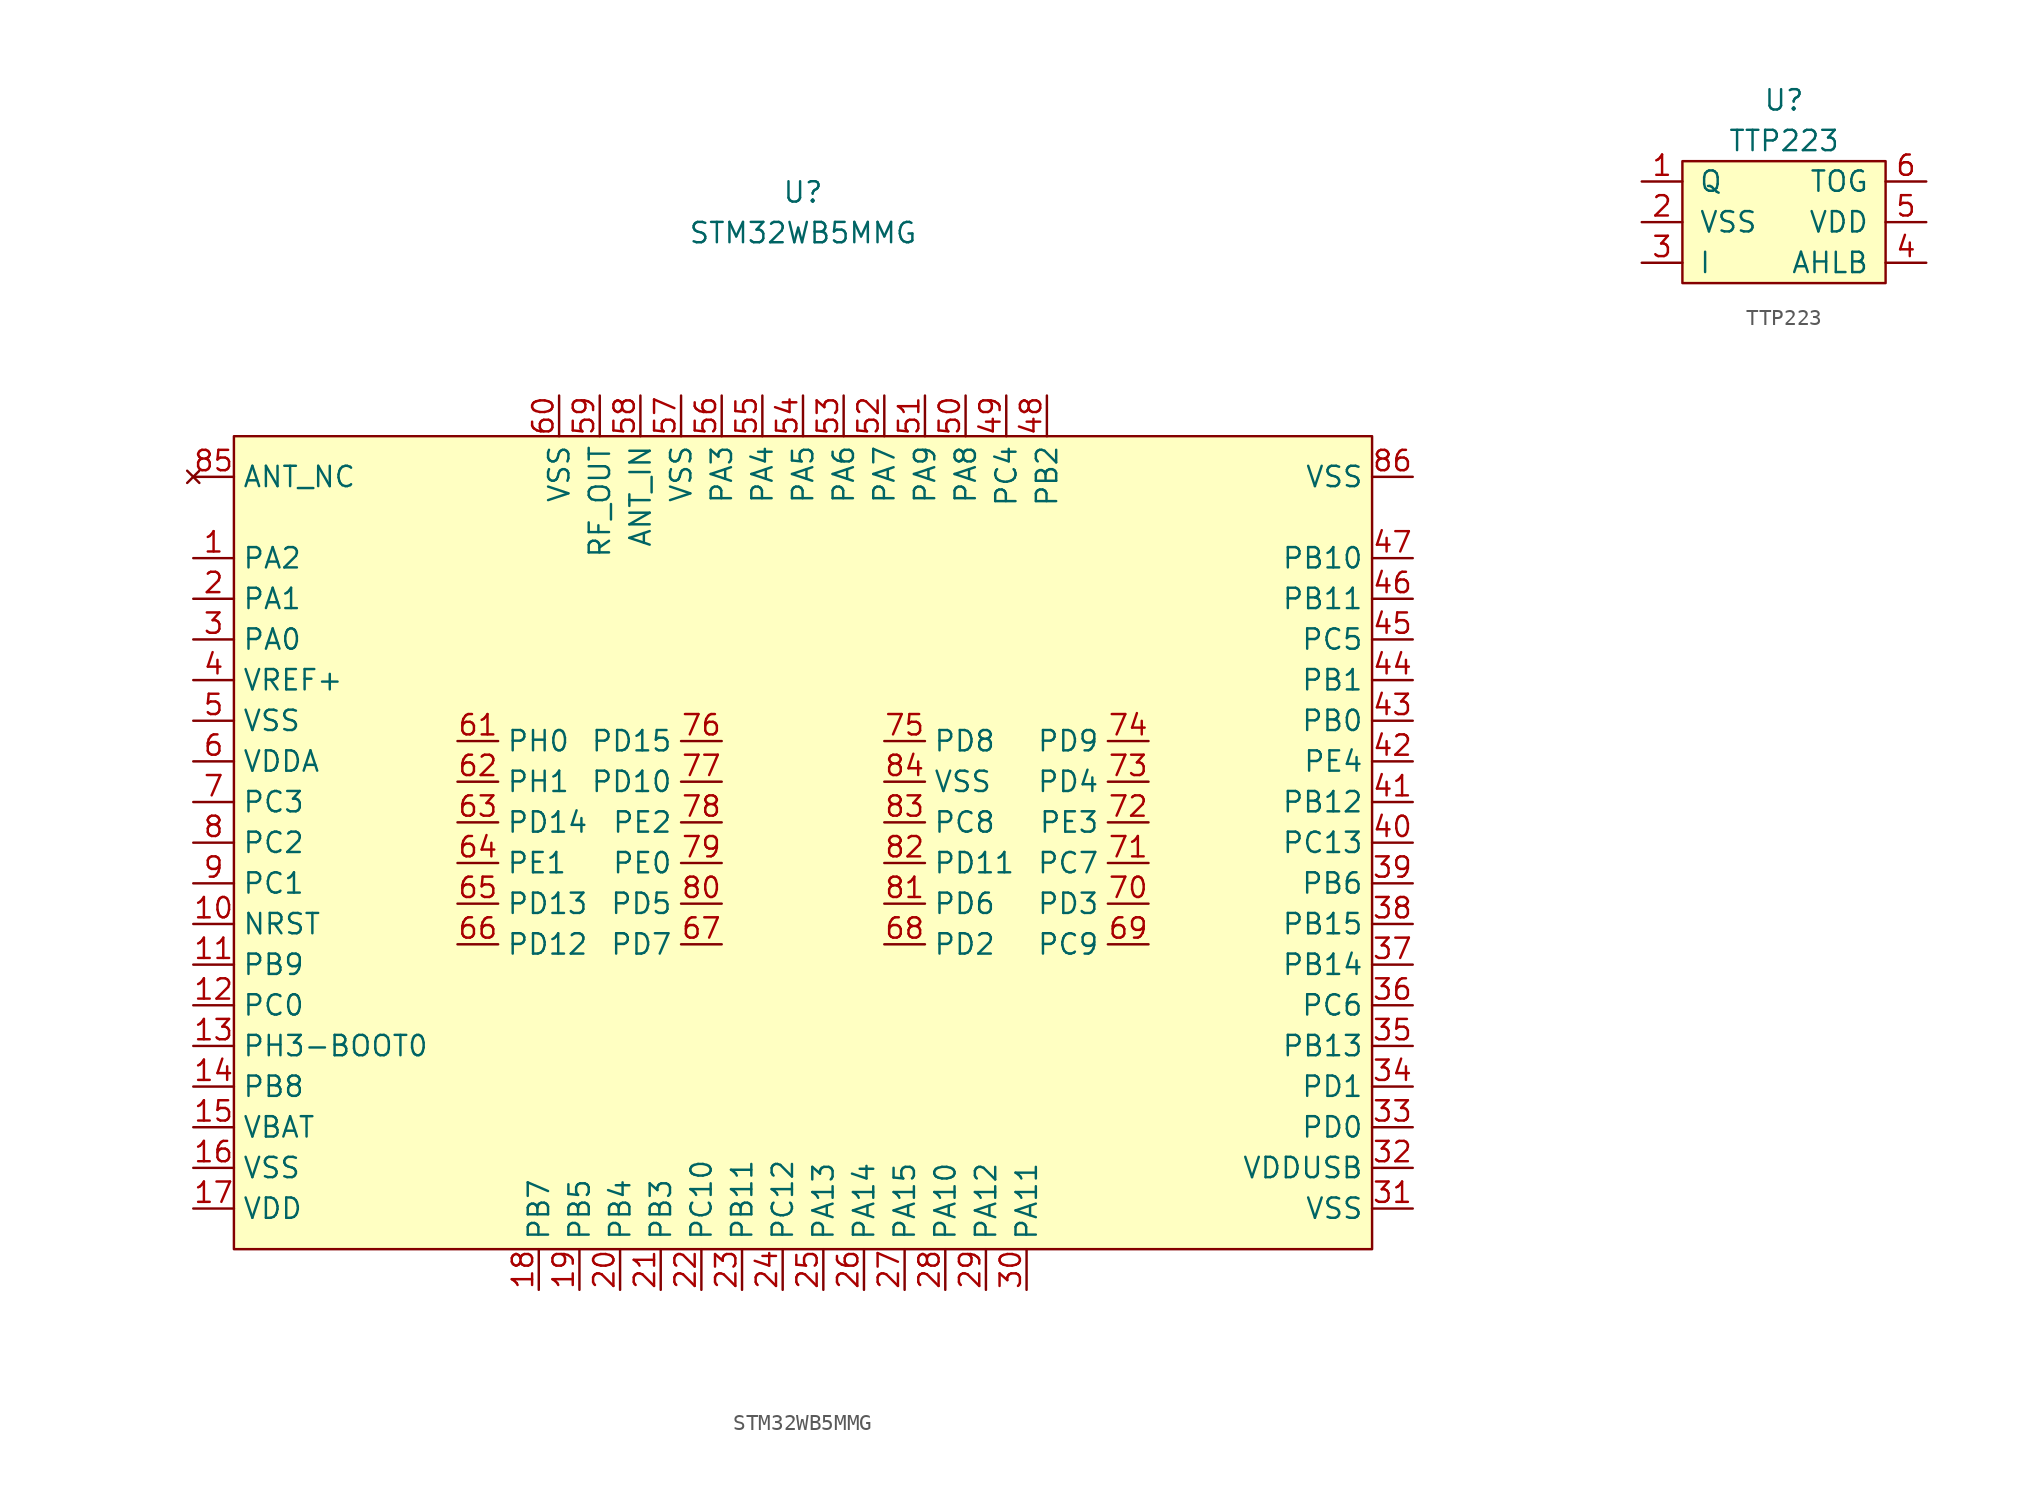
<source format=kicad_sym>
(kicad_symbol_lib
  (version 20211014)
  (generator kicad_symbol_editor)
  (symbol "STM32WB5MMG"
    (property "Reference" "U"
      (at 0 40.64 0)
      (effects (font (size 1.27 1.27))))
    (property "Value" "STM32WB5MMG"
      (at 0 38.1 0)
      (effects (font (size 1.27 1.27))))
    (symbol "STM32WB5MMG_0_0"
      (pin passive line (at -38.1 17.78 0) (length 2.54) (name "PA2" (effects (font (size 1.27 1.27)))) (number "1" (effects (font (size 1.27 1.27)))))
      (pin passive line (at -38.1 -5.08 0) (length 2.54) (name "NRST" (effects (font (size 1.27 1.27)))) (number "10" (effects (font (size 1.27 1.27)))))
      (pin passive line (at -38.1 -7.62 0) (length 2.54) (name "PB9" (effects (font (size 1.27 1.27)))) (number "11" (effects (font (size 1.27 1.27)))))
      (pin passive line (at -38.1 -10.16 0) (length 2.54) (name "PC0" (effects (font (size 1.27 1.27)))) (number "12" (effects (font (size 1.27 1.27)))))
      (pin passive line (at -38.1 -12.7 0) (length 2.54) (name "PH3-BOOT0" (effects (font (size 1.27 1.27)))) (number "13" (effects (font (size 1.27 1.27)))))
      (pin passive line (at -38.1 -15.24 0) (length 2.54) (name "PB8" (effects (font (size 1.27 1.27)))) (number "14" (effects (font (size 1.27 1.27)))))
      (pin power_in line (at -38.1 -17.78 0) (length 2.54) (name "VBAT" (effects (font (size 1.27 1.27)))) (number "15" (effects (font (size 1.27 1.27)))))
      (pin power_in line (at -38.1 -20.32 0) (length 2.54) (name "VSS" (effects (font (size 1.27 1.27)))) (number "16" (effects (font (size 1.27 1.27)))))
      (pin power_in line (at -38.1 -22.86 0) (length 2.54) (name "VDD" (effects (font (size 1.27 1.27)))) (number "17" (effects (font (size 1.27 1.27)))))
      (pin passive line (at -16.51 -27.94 90) (length 2.54) (name "PB7" (effects (font (size 1.27 1.27)))) (number "18" (effects (font (size 1.27 1.27)))))
      (pin passive line (at -13.97 -27.94 90) (length 2.54) (name "PB5" (effects (font (size 1.27 1.27)))) (number "19" (effects (font (size 1.27 1.27)))))
      (pin passive line (at -38.1 15.24 0) (length 2.54) (name "PA1" (effects (font (size 1.27 1.27)))) (number "2" (effects (font (size 1.27 1.27)))))
      (pin passive line (at -11.43 -27.94 90) (length 2.54) (name "PB4" (effects (font (size 1.27 1.27)))) (number "20" (effects (font (size 1.27 1.27)))))
      (pin passive line (at -8.89 -27.94 90) (length 2.54) (name "PB3" (effects (font (size 1.27 1.27)))) (number "21" (effects (font (size 1.27 1.27)))))
      (pin passive line (at -6.35 -27.94 90) (length 2.54) (name "PC10" (effects (font (size 1.27 1.27)))) (number "22" (effects (font (size 1.27 1.27)))))
      (pin passive line (at -3.81 -27.94 90) (length 2.54) (name "PB11" (effects (font (size 1.27 1.27)))) (number "23" (effects (font (size 1.27 1.27)))))
      (pin passive line (at -1.27 -27.94 90) (length 2.54) (name "PC12" (effects (font (size 1.27 1.27)))) (number "24" (effects (font (size 1.27 1.27)))))
      (pin passive line (at 1.27 -27.94 90) (length 2.54) (name "PA13" (effects (font (size 1.27 1.27)))) (number "25" (effects (font (size 1.27 1.27)))))
      (pin passive line (at 3.81 -27.94 90) (length 2.54) (name "PA14" (effects (font (size 1.27 1.27)))) (number "26" (effects (font (size 1.27 1.27)))))
      (pin passive line (at 6.35 -27.94 90) (length 2.54) (name "PA15" (effects (font (size 1.27 1.27)))) (number "27" (effects (font (size 1.27 1.27)))))
      (pin passive line (at 8.89 -27.94 90) (length 2.54) (name "PA10" (effects (font (size 1.27 1.27)))) (number "28" (effects (font (size 1.27 1.27)))))
      (pin passive line (at 11.43 -27.94 90) (length 2.54) (name "PA12" (effects (font (size 1.27 1.27)))) (number "29" (effects (font (size 1.27 1.27)))))
      (pin passive line (at -38.1 12.7 0) (length 2.54) (name "PA0" (effects (font (size 1.27 1.27)))) (number "3" (effects (font (size 1.27 1.27)))))
      (pin passive line (at 13.97 -27.94 90) (length 2.54) (name "PA11" (effects (font (size 1.27 1.27)))) (number "30" (effects (font (size 1.27 1.27)))))
      (pin power_in line (at 38.1 -22.86 180) (length 2.54) (name "VSS" (effects (font (size 1.27 1.27)))) (number "31" (effects (font (size 1.27 1.27)))))
      (pin power_in line (at 38.1 -20.32 180) (length 2.54) (name "VDDUSB" (effects (font (size 1.27 1.27)))) (number "32" (effects (font (size 1.27 1.27)))))
      (pin passive line (at 38.1 -17.78 180) (length 2.54) (name "PD0" (effects (font (size 1.27 1.27)))) (number "33" (effects (font (size 1.27 1.27)))))
      (pin passive line (at 38.1 -15.24 180) (length 2.54) (name "PD1" (effects (font (size 1.27 1.27)))) (number "34" (effects (font (size 1.27 1.27)))))
      (pin passive line (at 38.1 -12.7 180) (length 2.54) (name "PB13" (effects (font (size 1.27 1.27)))) (number "35" (effects (font (size 1.27 1.27)))))
      (pin passive line (at 38.1 -10.16 180) (length 2.54) (name "PC6" (effects (font (size 1.27 1.27)))) (number "36" (effects (font (size 1.27 1.27)))))
      (pin passive line (at 38.1 -7.62 180) (length 2.54) (name "PB14" (effects (font (size 1.27 1.27)))) (number "37" (effects (font (size 1.27 1.27)))))
      (pin passive line (at 38.1 -5.08 180) (length 2.54) (name "PB15" (effects (font (size 1.27 1.27)))) (number "38" (effects (font (size 1.27 1.27)))))
      (pin passive line (at 38.1 -2.54 180) (length 2.54) (name "PB6" (effects (font (size 1.27 1.27)))) (number "39" (effects (font (size 1.27 1.27)))))
      (pin power_in line (at -38.1 10.16 0) (length 2.54) (name "VREF+" (effects (font (size 1.27 1.27)))) (number "4" (effects (font (size 1.27 1.27)))))
      (pin passive line (at 38.1 0 180) (length 2.54) (name "PC13" (effects (font (size 1.27 1.27)))) (number "40" (effects (font (size 1.27 1.27)))))
      (pin passive line (at 38.1 2.54 180) (length 2.54) (name "PB12" (effects (font (size 1.27 1.27)))) (number "41" (effects (font (size 1.27 1.27)))))
      (pin passive line (at 38.1 5.08 180) (length 2.54) (name "PE4" (effects (font (size 1.27 1.27)))) (number "42" (effects (font (size 1.27 1.27)))))
      (pin passive line (at 38.1 7.62 180) (length 2.54) (name "PB0" (effects (font (size 1.27 1.27)))) (number "43" (effects (font (size 1.27 1.27)))))
      (pin passive line (at 38.1 10.16 180) (length 2.54) (name "PB1" (effects (font (size 1.27 1.27)))) (number "44" (effects (font (size 1.27 1.27)))))
      (pin passive line (at 38.1 12.7 180) (length 2.54) (name "PC5" (effects (font (size 1.27 1.27)))) (number "45" (effects (font (size 1.27 1.27)))))
      (pin passive line (at 38.1 15.24 180) (length 2.54) (name "PB11" (effects (font (size 1.27 1.27)))) (number "46" (effects (font (size 1.27 1.27)))))
      (pin passive line (at 38.1 17.78 180) (length 2.54) (name "PB10" (effects (font (size 1.27 1.27)))) (number "47" (effects (font (size 1.27 1.27)))))
      (pin passive line (at 15.24 27.94 270) (length 2.54) (name "PB2" (effects (font (size 1.27 1.27)))) (number "48" (effects (font (size 1.27 1.27)))))
      (pin passive line (at 12.7 27.94 270) (length 2.54) (name "PC4" (effects (font (size 1.27 1.27)))) (number "49" (effects (font (size 1.27 1.27)))))
      (pin power_in line (at -38.1 7.62 0) (length 2.54) (name "VSS" (effects (font (size 1.27 1.27)))) (number "5" (effects (font (size 1.27 1.27)))))
      (pin passive line (at 10.16 27.94 270) (length 2.54) (name "PA8" (effects (font (size 1.27 1.27)))) (number "50" (effects (font (size 1.27 1.27)))))
      (pin passive line (at 7.62 27.94 270) (length 2.54) (name "PA9" (effects (font (size 1.27 1.27)))) (number "51" (effects (font (size 1.27 1.27)))))
      (pin passive line (at 5.08 27.94 270) (length 2.54) (name "PA7" (effects (font (size 1.27 1.27)))) (number "52" (effects (font (size 1.27 1.27)))))
      (pin passive line (at 2.54 27.94 270) (length 2.54) (name "PA6" (effects (font (size 1.27 1.27)))) (number "53" (effects (font (size 1.27 1.27)))))
      (pin passive line (at 0 27.94 270) (length 2.54) (name "PA5" (effects (font (size 1.27 1.27)))) (number "54" (effects (font (size 1.27 1.27)))))
      (pin passive line (at -2.54 27.94 270) (length 2.54) (name "PA4" (effects (font (size 1.27 1.27)))) (number "55" (effects (font (size 1.27 1.27)))))
      (pin passive line (at -5.08 27.94 270) (length 2.54) (name "PA3" (effects (font (size 1.27 1.27)))) (number "56" (effects (font (size 1.27 1.27)))))
      (pin power_in line (at -7.62 27.94 270) (length 2.54) (name "VSS" (effects (font (size 1.27 1.27)))) (number "57" (effects (font (size 1.27 1.27)))))
      (pin passive line (at -10.16 27.94 270) (length 2.54) (name "ANT_IN" (effects (font (size 1.27 1.27)))) (number "58" (effects (font (size 1.27 1.27)))))
      (pin passive line (at -12.7 27.94 270) (length 2.54) (name "RF_OUT" (effects (font (size 1.27 1.27)))) (number "59" (effects (font (size 1.27 1.27)))))
      (pin power_in line (at -38.1 5.08 0) (length 2.54) (name "VDDA" (effects (font (size 1.27 1.27)))) (number "6" (effects (font (size 1.27 1.27)))))
      (pin power_in line (at -15.24 27.94 270) (length 2.54) (name "VSS" (effects (font (size 1.27 1.27)))) (number "60" (effects (font (size 1.27 1.27)))))
      (pin passive line (at -21.59 6.35 0) (length 2.54) (name "PH0" (effects (font (size 1.27 1.27)))) (number "61" (effects (font (size 1.27 1.27)))))
      (pin passive line (at -21.59 3.81 0) (length 2.54) (name "PH1" (effects (font (size 1.27 1.27)))) (number "62" (effects (font (size 1.27 1.27)))))
      (pin passive line (at -21.59 1.27 0) (length 2.54) (name "PD14" (effects (font (size 1.27 1.27)))) (number "63" (effects (font (size 1.27 1.27)))))
      (pin passive line (at -21.59 -1.27 0) (length 2.54) (name "PE1" (effects (font (size 1.27 1.27)))) (number "64" (effects (font (size 1.27 1.27)))))
      (pin passive line (at -21.59 -3.81 0) (length 2.54) (name "PD13" (effects (font (size 1.27 1.27)))) (number "65" (effects (font (size 1.27 1.27)))))
      (pin passive line (at -21.59 -6.35 0) (length 2.54) (name "PD12" (effects (font (size 1.27 1.27)))) (number "66" (effects (font (size 1.27 1.27)))))
      (pin passive line (at -5.08 -6.35 180) (length 2.54) (name "PD7" (effects (font (size 1.27 1.27)))) (number "67" (effects (font (size 1.27 1.27)))))
      (pin passive line (at 5.08 -6.35 0) (length 2.54) (name "PD2" (effects (font (size 1.27 1.27)))) (number "68" (effects (font (size 1.27 1.27)))))
      (pin passive line (at 21.59 -6.35 180) (length 2.54) (name "PC9" (effects (font (size 1.27 1.27)))) (number "69" (effects (font (size 1.27 1.27)))))
      (pin passive line (at -38.1 2.54 0) (length 2.54) (name "PC3" (effects (font (size 1.27 1.27)))) (number "7" (effects (font (size 1.27 1.27)))))
      (pin passive line (at 21.59 -3.81 180) (length 2.54) (name "PD3" (effects (font (size 1.27 1.27)))) (number "70" (effects (font (size 1.27 1.27)))))
      (pin passive line (at 21.59 -1.27 180) (length 2.54) (name "PC7" (effects (font (size 1.27 1.27)))) (number "71" (effects (font (size 1.27 1.27)))))
      (pin passive line (at 21.59 1.27 180) (length 2.54) (name "PE3" (effects (font (size 1.27 1.27)))) (number "72" (effects (font (size 1.27 1.27)))))
      (pin passive line (at 21.59 3.81 180) (length 2.54) (name "PD4" (effects (font (size 1.27 1.27)))) (number "73" (effects (font (size 1.27 1.27)))))
      (pin passive line (at 21.59 6.35 180) (length 2.54) (name "PD9" (effects (font (size 1.27 1.27)))) (number "74" (effects (font (size 1.27 1.27)))))
      (pin passive line (at 5.08 6.35 0) (length 2.54) (name "PD8" (effects (font (size 1.27 1.27)))) (number "75" (effects (font (size 1.27 1.27)))))
      (pin passive line (at -5.08 6.35 180) (length 2.54) (name "PD15" (effects (font (size 1.27 1.27)))) (number "76" (effects (font (size 1.27 1.27)))))
      (pin passive line (at -5.08 3.81 180) (length 2.54) (name "PD10" (effects (font (size 1.27 1.27)))) (number "77" (effects (font (size 1.27 1.27)))))
      (pin passive line (at -5.08 1.27 180) (length 2.54) (name "PE2" (effects (font (size 1.27 1.27)))) (number "78" (effects (font (size 1.27 1.27)))))
      (pin passive line (at -5.08 -1.27 180) (length 2.54) (name "PE0" (effects (font (size 1.27 1.27)))) (number "79" (effects (font (size 1.27 1.27)))))
      (pin passive line (at -38.1 0 0) (length 2.54) (name "PC2" (effects (font (size 1.27 1.27)))) (number "8" (effects (font (size 1.27 1.27)))))
      (pin passive line (at -5.08 -3.81 180) (length 2.54) (name "PD5" (effects (font (size 1.27 1.27)))) (number "80" (effects (font (size 1.27 1.27)))))
      (pin passive line (at 5.08 -3.81 0) (length 2.54) (name "PD6" (effects (font (size 1.27 1.27)))) (number "81" (effects (font (size 1.27 1.27)))))
      (pin passive line (at 5.08 -1.27 0) (length 2.54) (name "PD11" (effects (font (size 1.27 1.27)))) (number "82" (effects (font (size 1.27 1.27)))))
      (pin passive line (at 5.08 1.27 0) (length 2.54) (name "PC8" (effects (font (size 1.27 1.27)))) (number "83" (effects (font (size 1.27 1.27)))))
      (pin power_in line (at 5.08 3.81 0) (length 2.54) (name "VSS" (effects (font (size 1.27 1.27)))) (number "84" (effects (font (size 1.27 1.27)))))
      (pin no_connect line (at -38.1 22.86 0) (length 2.54) (name "ANT_NC" (effects (font (size 1.27 1.27)))) (number "85" (effects (font (size 1.27 1.27)))))
      (pin power_in line (at 38.1 22.86 180) (length 2.54) (name "VSS" (effects (font (size 1.27 1.27)))) (number "86" (effects (font (size 1.27 1.27)))))
      (pin passive line (at -38.1 -2.54 0) (length 2.54) (name "PC1" (effects (font (size 1.27 1.27)))) (number "9" (effects (font (size 1.27 1.27))))))
    (symbol "STM32WB5MMG_0_1"
      (rectangle (start -35.56 25.4) (end 35.56 -25.4) (stroke (width 0) (type default) (color 0 0 0 0)) (fill (type background)))))
  (symbol "TTP223"
    (pin_names
      (offset 1.016))
    (property "Reference" "U"
      (at 0 7.62 0)
      (effects (font (size 1.27 1.27))))
    (property "Value" "TTP223"
      (at 0 5.08 0)
      (effects (font (size 1.27 1.27))))
    (symbol "TTP223_0_0"
      (pin passive line (at -8.89 2.54 0) (length 2.54) (name "Q" (effects (font (size 1.27 1.27)))) (number "1" (effects (font (size 1.27 1.27)))))
      (pin power_in line (at -8.89 0 0) (length 2.54) (name "VSS" (effects (font (size 1.27 1.27)))) (number "2" (effects (font (size 1.27 1.27)))))
      (pin passive line (at -8.89 -2.54 0) (length 2.54) (name "I" (effects (font (size 1.27 1.27)))) (number "3" (effects (font (size 1.27 1.27)))))
      (pin passive line (at 8.89 -2.54 180) (length 2.54) (name "AHLB" (effects (font (size 1.27 1.27)))) (number "4" (effects (font (size 1.27 1.27)))))
      (pin power_in line (at 8.89 0 180) (length 2.54) (name "VDD" (effects (font (size 1.27 1.27)))) (number "5" (effects (font (size 1.27 1.27)))))
      (pin passive line (at 8.89 2.54 180) (length 2.54) (name "TOG" (effects (font (size 1.27 1.27)))) (number "6" (effects (font (size 1.27 1.27))))))
    (symbol "TTP223_0_1"
      (rectangle (start -6.35 3.81) (end 6.35 -3.81) (stroke (width 0) (type default) (color 0 0 0 0)) (fill (type background))))))
</source>
